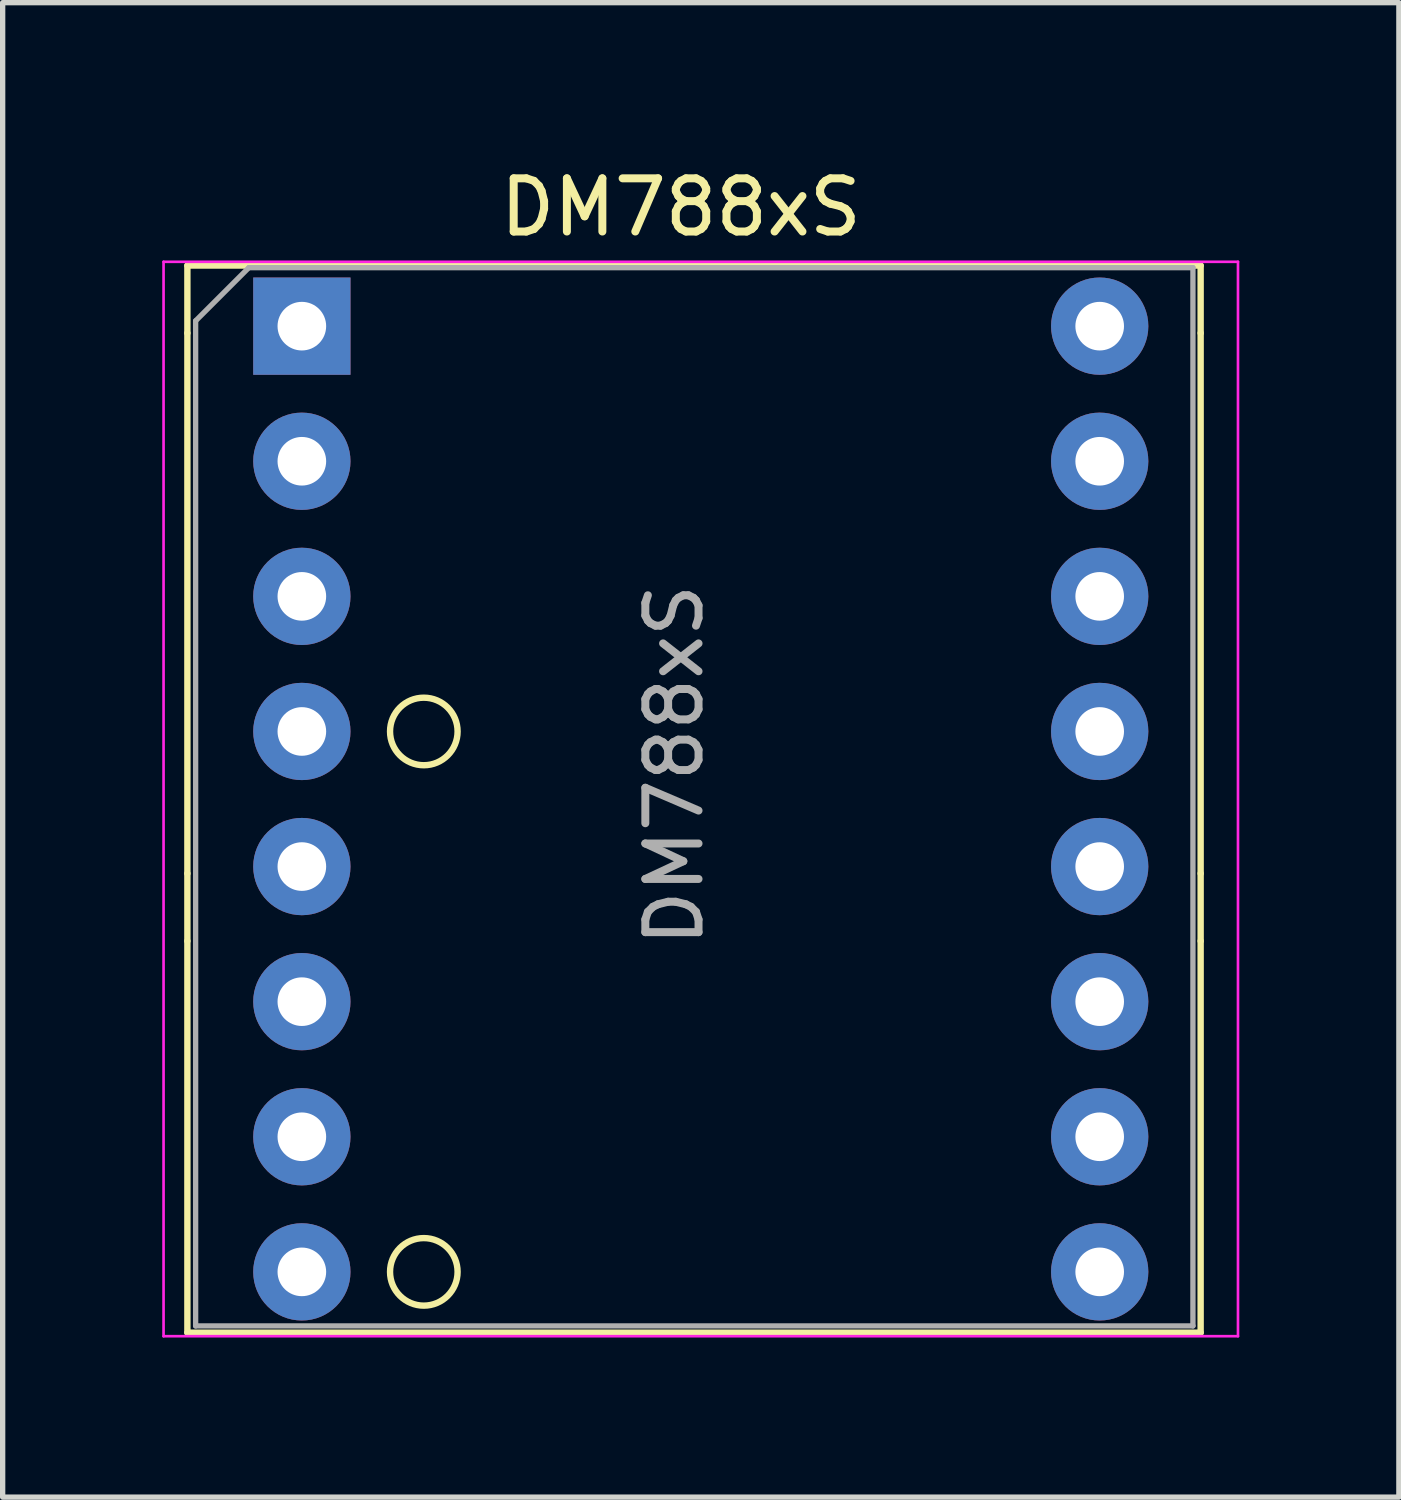
<source format=kicad_pcb>
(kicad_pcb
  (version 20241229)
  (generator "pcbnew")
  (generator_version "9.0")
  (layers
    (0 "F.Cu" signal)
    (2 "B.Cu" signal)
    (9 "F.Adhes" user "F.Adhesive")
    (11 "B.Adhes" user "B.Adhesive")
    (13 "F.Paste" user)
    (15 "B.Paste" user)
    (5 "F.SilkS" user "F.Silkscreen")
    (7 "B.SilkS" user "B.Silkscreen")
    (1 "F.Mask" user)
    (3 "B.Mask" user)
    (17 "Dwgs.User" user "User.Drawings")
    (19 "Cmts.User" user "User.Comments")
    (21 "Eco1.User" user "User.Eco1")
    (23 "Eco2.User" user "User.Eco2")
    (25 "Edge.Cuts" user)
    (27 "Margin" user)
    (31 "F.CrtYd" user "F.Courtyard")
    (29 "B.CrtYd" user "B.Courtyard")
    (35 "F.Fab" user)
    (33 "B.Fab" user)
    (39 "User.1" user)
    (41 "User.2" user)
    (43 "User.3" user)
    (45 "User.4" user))
  (footprint "DM788xS"
    (layer "F.Cu")
    (at 2.625 3.082)
    (property "Reference" "DM788xS" (at 7.126 -2.234 0) (layer "F.SilkS") (effects (font (size 1 1) (thickness 0.15))))
    (attr through_hole)
    (fp_line (start -2.152 -1.14) (end -2.152 0.13) (stroke (width 0.12) (type solid)) (layer "F.SilkS"))
    (fp_line (start -2.152 0.13) (end -2.152 10.29) (stroke (width 0.12) (type solid)) (layer "F.SilkS"))
    (fp_line (start -2.152 10.29) (end -2.152 11.56) (stroke (width 0.12) (type solid)) (layer "F.SilkS"))
    (fp_line (start -2.152 18.923) (end -2.152 11.56) (stroke (width 0.12) (type solid)) (layer "F.SilkS"))
    (fp_line (start 16.898 -1.14) (end -2.152 -1.14) (stroke (width 0.12) (type solid)) (layer "F.SilkS"))
    (fp_line (start 16.898 0.13) (end 16.898 -1.14) (stroke (width 0.12) (type solid)) (layer "F.SilkS"))
    (fp_line (start 16.898 10.29) (end 16.898 0.13) (stroke (width 0.12) (type solid)) (layer "F.SilkS"))
    (fp_line (start 16.898 11.56) (end 16.898 10.29) (stroke (width 0.12) (type solid)) (layer "F.SilkS"))
    (fp_line (start 16.898 11.56) (end 16.898 18.923) (stroke (width 0.12) (type solid)) (layer "F.SilkS"))
    (fp_line (start 16.898 18.923) (end -2.152 18.923) (stroke (width 0.12) (type solid)) (layer "F.SilkS"))
    (fp_circle (center 2.293 7.62) (end 2.293 8.255) (stroke (width 0.12) (type solid)) (fill no) (layer "F.SilkS"))
    (fp_circle (center 2.293 17.78) (end 2.293 18.415) (stroke (width 0.12) (type solid)) (fill no) (layer "F.SilkS"))
    (fp_line (start -2.6 -1.21) (end 17.6 -1.21) (stroke (width 0.05) (type solid)) (layer "F.CrtYd"))
    (fp_line (start -2.6 18.99) (end -2.6 -1.21) (stroke (width 0.05) (type solid)) (layer "F.CrtYd"))
    (fp_line (start 17.6 -1.21) (end 17.6 18.99) (stroke (width 0.05) (type solid)) (layer "F.CrtYd"))
    (fp_line (start 17.6 18.99) (end -2.6 18.99) (stroke (width 0.05) (type solid)) (layer "F.CrtYd"))
    (fp_line (start -1.997 -0.1) (end -1.997 18.796) (stroke (width 0.1) (type solid)) (layer "F.Fab"))
    (fp_line (start -1.997 18.796) (end 16.753 18.796) (stroke (width 0.1) (type solid)) (layer "F.Fab"))
    (fp_line (start -0.997 -1.1) (end -1.997 -0.1) (stroke (width 0.1) (type solid)) (layer "F.Fab"))
    (fp_line (start 16.753 -1.1) (end -0.997 -1.1) (stroke (width 0.1) (type solid)) (layer "F.Fab"))
    (fp_line (start 16.753 18.796) (end 16.753 -1.1) (stroke (width 0.1) (type solid)) (layer "F.Fab"))
    (fp_text user "${REFERENCE}" (at 7.003 8.25 270) (layer "F.Fab") (effects (font (size 1 1) (thickness 0.15))))
    (pad "1" thru_hole rect (at 0 0 270) (size 1.829 1.829) (drill 0.914) (layers "*.Cu" "*.Mask"))
    (pad "2" thru_hole circle (at 0 2.54 270) (size 1.829 1.829) (drill 0.914) (layers "*.Cu" "*.Mask"))
    (pad "3" thru_hole circle (at 0 5.08 270) (size 1.829 1.829) (drill 0.914) (layers "*.Cu" "*.Mask"))
    (pad "4" thru_hole circle (at 0 7.62 270) (size 1.829 1.829) (drill 0.914) (layers "*.Cu" "*.Mask"))
    (pad "5" thru_hole circle (at 0 10.16 270) (size 1.829 1.829) (drill 0.914) (layers "*.Cu" "*.Mask"))
    (pad "6" thru_hole circle (at 0 12.7 270) (size 1.829 1.829) (drill 0.914) (layers "*.Cu" "*.Mask"))
    (pad "7" thru_hole circle (at 0 15.24 270) (size 1.829 1.829) (drill 0.914) (layers "*.Cu" "*.Mask"))
    (pad "8" thru_hole circle (at 0 17.78 270) (size 1.829 1.829) (drill 0.914) (layers "*.Cu" "*.Mask"))
    (pad "9" thru_hole circle (at 15 17.78 270) (size 1.829 1.829) (drill 0.914) (layers "*.Cu" "*.Mask"))
    (pad "10" thru_hole circle (at 15 15.24 270) (size 1.829 1.829) (drill 0.914) (layers "*.Cu" "*.Mask"))
    (pad "11" thru_hole circle (at 15 12.7 270) (size 1.829 1.829) (drill 0.914) (layers "*.Cu" "*.Mask"))
    (pad "12" thru_hole circle (at 15 10.16 270) (size 1.829 1.829) (drill 0.914) (layers "*.Cu" "*.Mask"))
    (pad "13" thru_hole circle (at 15 7.62 270) (size 1.829 1.829) (drill 0.914) (layers "*.Cu" "*.Mask"))
    (pad "14" thru_hole circle (at 15 5.08 270) (size 1.829 1.829) (drill 0.914) (layers "*.Cu" "*.Mask"))
    (pad "15" thru_hole circle (at 15 2.54 270) (size 1.829 1.829) (drill 0.914) (layers "*.Cu" "*.Mask"))
    (pad "16" thru_hole circle (at 15 0 270) (size 1.829 1.829) (drill 0.914) (layers "*.Cu" "*.Mask")))
  (gr_rect
    (start -3 -3)
    (end 23.25 25.097)
    (stroke (width 0.1) (type default))
    (fill no)
    (layer "Edge.Cuts")))
</source>
